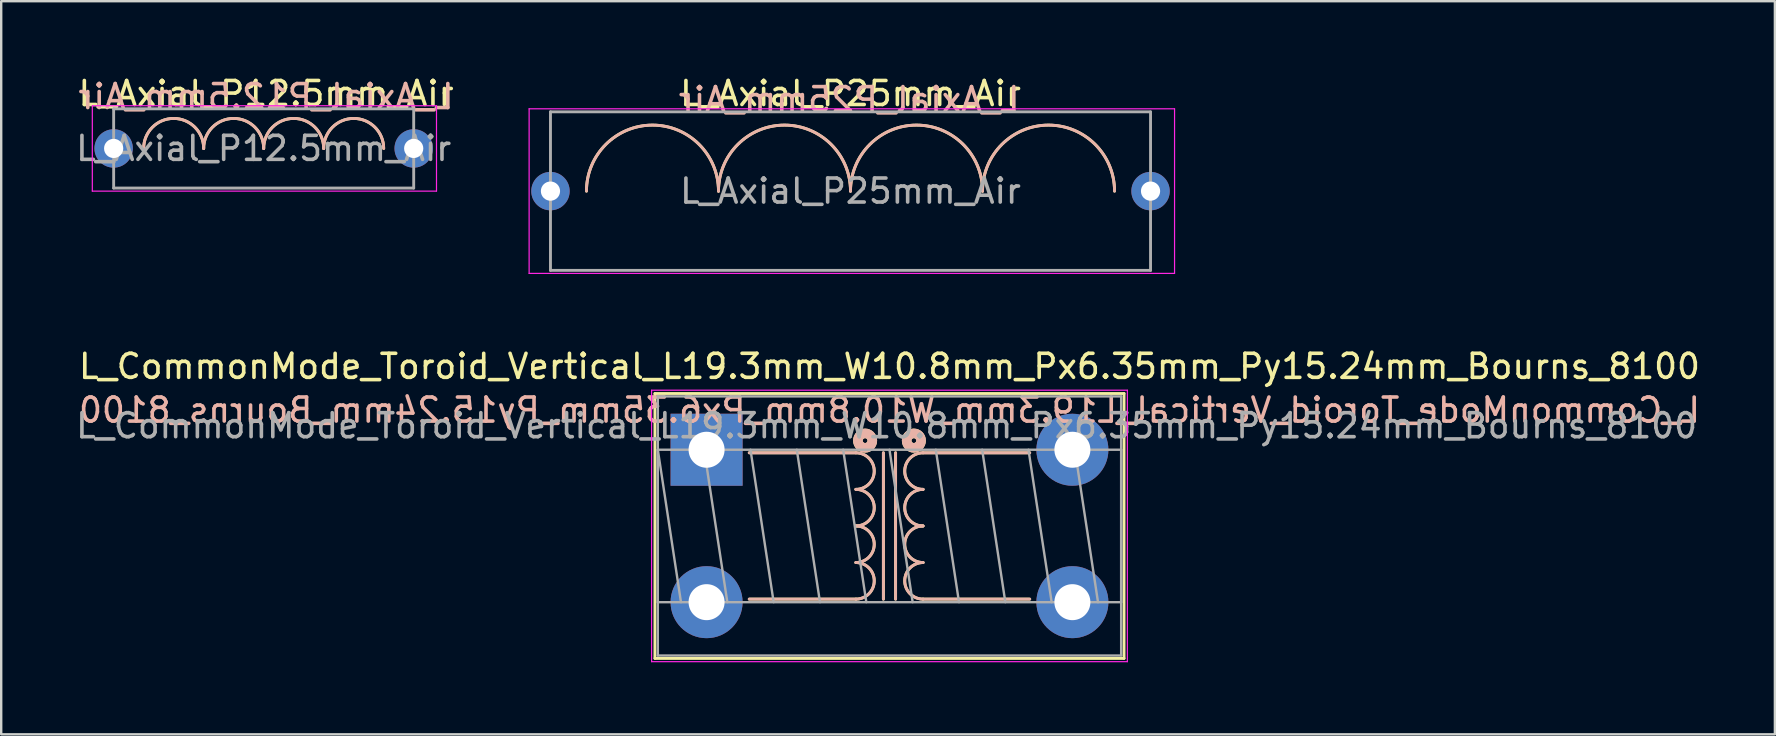
<source format=kicad_pcb>
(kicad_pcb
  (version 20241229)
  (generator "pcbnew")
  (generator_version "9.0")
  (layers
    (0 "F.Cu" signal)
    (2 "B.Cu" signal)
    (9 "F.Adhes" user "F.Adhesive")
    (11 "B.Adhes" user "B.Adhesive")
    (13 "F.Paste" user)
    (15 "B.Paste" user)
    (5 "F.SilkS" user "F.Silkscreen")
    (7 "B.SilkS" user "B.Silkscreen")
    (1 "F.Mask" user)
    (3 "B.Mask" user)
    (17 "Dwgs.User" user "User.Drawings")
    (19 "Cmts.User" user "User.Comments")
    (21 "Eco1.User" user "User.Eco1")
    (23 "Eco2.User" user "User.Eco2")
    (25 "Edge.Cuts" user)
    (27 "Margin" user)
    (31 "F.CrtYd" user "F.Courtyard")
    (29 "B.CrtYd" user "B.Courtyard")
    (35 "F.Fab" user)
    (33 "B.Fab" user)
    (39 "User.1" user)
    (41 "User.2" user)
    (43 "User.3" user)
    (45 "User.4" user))
  (footprint "L_Axial_P12.5mm_Air"
    (layer "F.Cu")
    (at 1.685 3.134)
    (property "Reference" "L_Axial_P12.5mm_Air" (at 6.35 -2.286 0) (layer "F.SilkS") (effects (font (size 1 1) (thickness 0.15))))
    (fp_arc (start 1.25 0) (mid 2.5 -1.25) (end 3.75 0) (stroke (width 0.12) (type solid)) (layer "F.SilkS"))
    (fp_arc (start 3.75 0) (mid 5 -1.25) (end 6.25 0) (stroke (width 0.12) (type solid)) (layer "F.SilkS"))
    (fp_arc (start 6.25 0) (mid 7.5 -1.25) (end 8.75 0) (stroke (width 0.12) (type solid)) (layer "F.SilkS"))
    (fp_arc (start 8.75 0) (mid 10 -1.25) (end 11.25 0) (stroke (width 0.12) (type solid)) (layer "F.SilkS"))
    (fp_arc (start 1.25 0) (mid 2.5 -1.25) (end 3.75 0) (stroke (width 0.12) (type solid)) (layer "B.SilkS"))
    (fp_arc (start 3.75 0) (mid 5 -1.25) (end 6.25 0) (stroke (width 0.12) (type solid)) (layer "B.SilkS"))
    (fp_arc (start 6.25 0) (mid 7.5 -1.25) (end 8.75 0) (stroke (width 0.12) (type solid)) (layer "B.SilkS"))
    (fp_arc (start 8.75 0) (mid 10 -1.25) (end 11.25 0) (stroke (width 0.12) (type solid)) (layer "B.SilkS"))
    (fp_line (start -0.889 -1.778) (end -0.889 1.778) (stroke (width 0.05) (type solid)) (layer "F.CrtYd"))
    (fp_line (start -0.889 1.778) (end 13.45 1.778) (stroke (width 0.05) (type solid)) (layer "F.CrtYd"))
    (fp_line (start 13.45 -1.778) (end -0.889 -1.778) (stroke (width 0.05) (type solid)) (layer "F.CrtYd"))
    (fp_line (start 13.45 1.778) (end 13.45 -1.778) (stroke (width 0.05) (type solid)) (layer "F.CrtYd"))
    (fp_line (start 0 -1.651) (end 0 1.651) (stroke (width 0.12) (type solid)) (layer "F.Fab"))
    (fp_line (start 0 1.651) (end 12.5 1.651) (stroke (width 0.12) (type solid)) (layer "F.Fab"))
    (fp_line (start 12.5 -1.651) (end 0 -1.651) (stroke (width 0.12) (type solid)) (layer "F.Fab"))
    (fp_line (start 12.5 1.651) (end 12.5 -1.651) (stroke (width 0.12) (type solid)) (layer "F.Fab"))
    (fp_text user "${REFERENCE}" (at 6.35 -2.159 0) (layer "B.SilkS") (effects (font (size 1 1) (thickness 0.15)) (justify mirror)))
    (fp_text user "${REFERENCE}" (at 6.25 0 0) (layer "F.Fab") (effects (font (size 1 1) (thickness 0.15))))
    (pad "1" thru_hole circle (at 0 0) (size 1.6 1.6) (drill 0.8) (layers "*.Cu" "*.Mask"))
    (pad "2" thru_hole oval (at 12.5 0) (size 1.6 1.6) (drill 0.8) (layers "*.Cu" "*.Mask")))
  (footprint "L_CommonMode_Toroid_Vertical_L19.3mm_W10.8mm_Px6.35mm_Py15.24mm_Bourns_8100"
    (layer "F.Cu")
    (at 26.387 15.687)
    (property "Reference" "L_CommonMode_Toroid_Vertical_L19.3mm_W10.8mm_Px6.35mm_Py15.24mm_Bourns_8100" (at 7.62 -3.473 0) (layer "F.SilkS") (effects (font (size 1 1) (thickness 0.15))))
    (fp_line (start -2.152 -2.343) (end -2.152 8.693) (stroke (width 0.12) (type solid)) (layer "F.SilkS"))
    (fp_line (start -2.152 -2.343) (end 17.392 -2.343) (stroke (width 0.12) (type solid)) (layer "F.SilkS"))
    (fp_line (start -2.152 8.693) (end 17.392 8.693) (stroke (width 0.12) (type solid)) (layer "F.SilkS"))
    (fp_line (start 6.223 0.127) (end 1.778 0.127) (stroke (width 0.12) (type solid)) (layer "F.SilkS"))
    (fp_line (start 6.223 6.223) (end 1.778 6.223) (stroke (width 0.12) (type solid)) (layer "F.SilkS"))
    (fp_line (start 7.366 6.223) (end 7.366 0.127) (stroke (width 0.12) (type solid)) (layer "F.SilkS"))
    (fp_line (start 7.874 0.127) (end 7.874 6.223) (stroke (width 0.12) (type solid)) (layer "F.SilkS"))
    (fp_line (start 9.017 0.127) (end 13.462 0.127) (stroke (width 0.12) (type solid)) (layer "F.SilkS"))
    (fp_line (start 9.017 6.223) (end 13.462 6.223) (stroke (width 0.12) (type solid)) (layer "F.SilkS"))
    (fp_line (start 17.392 -2.343) (end 17.392 8.693) (stroke (width 0.12) (type solid)) (layer "F.SilkS"))
    (fp_arc (start 6.223 0.127) (mid 6.985 0.889) (end 6.223 1.651) (stroke (width 0.12) (type solid)) (layer "F.SilkS"))
    (fp_arc (start 6.223 1.651) (mid 6.985 2.413) (end 6.223 3.175) (stroke (width 0.12) (type solid)) (layer "F.SilkS"))
    (fp_arc (start 6.223 3.175) (mid 6.985 3.937) (end 6.223 4.699) (stroke (width 0.12) (type solid)) (layer "F.SilkS"))
    (fp_arc (start 6.223 4.699) (mid 6.985 5.461) (end 6.223 6.223) (stroke (width 0.12) (type solid)) (layer "F.SilkS"))
    (fp_arc (start 9.017 1.651) (mid 8.255 0.889) (end 9.017 0.127) (stroke (width 0.12) (type solid)) (layer "F.SilkS"))
    (fp_arc (start 9.017 3.175) (mid 8.255 2.413) (end 9.017 1.651) (stroke (width 0.12) (type solid)) (layer "F.SilkS"))
    (fp_arc (start 9.017 4.699) (mid 8.255 3.937) (end 9.017 3.175) (stroke (width 0.12) (type solid)) (layer "F.SilkS"))
    (fp_arc (start 9.017 6.223) (mid 8.255 5.461) (end 9.017 4.699) (stroke (width 0.12) (type solid)) (layer "F.SilkS"))
    (fp_circle (center 6.604 -0.381) (end 6.704 -0.381) (stroke (width 0.4) (type solid)) (fill no) (layer "F.SilkS"))
    (fp_circle (center 8.636 -0.381) (end 8.736 -0.381) (stroke (width 0.4) (type solid)) (fill no) (layer "F.SilkS"))
    (fp_line (start 6.223 0.127) (end 1.778 0.127) (stroke (width 0.12) (type solid)) (layer "B.SilkS"))
    (fp_line (start 6.223 6.223) (end 1.778 6.223) (stroke (width 0.12) (type solid)) (layer "B.SilkS"))
    (fp_line (start 7.366 0.127) (end 7.366 6.223) (stroke (width 0.12) (type solid)) (layer "B.SilkS"))
    (fp_line (start 7.874 6.223) (end 7.874 0.127) (stroke (width 0.12) (type solid)) (layer "B.SilkS"))
    (fp_line (start 9.017 0.127) (end 13.462 0.127) (stroke (width 0.12) (type solid)) (layer "B.SilkS"))
    (fp_line (start 9.017 6.223) (end 13.462 6.223) (stroke (width 0.12) (type solid)) (layer "B.SilkS"))
    (fp_arc (start 6.223 0.127) (mid 6.985 0.889) (end 6.223 1.651) (stroke (width 0.12) (type solid)) (layer "B.SilkS"))
    (fp_arc (start 6.223 1.651) (mid 6.985 2.413) (end 6.223 3.175) (stroke (width 0.12) (type solid)) (layer "B.SilkS"))
    (fp_arc (start 6.223 3.175) (mid 6.985 3.937) (end 6.223 4.699) (stroke (width 0.12) (type solid)) (layer "B.SilkS"))
    (fp_arc (start 6.223 4.699) (mid 6.985 5.461) (end 6.223 6.223) (stroke (width 0.12) (type solid)) (layer "B.SilkS"))
    (fp_arc (start 9.017 1.651) (mid 8.255 0.889) (end 9.017 0.127) (stroke (width 0.12) (type solid)) (layer "B.SilkS"))
    (fp_arc (start 9.017 3.175) (mid 8.255 2.413) (end 9.017 1.651) (stroke (width 0.12) (type solid)) (layer "B.SilkS"))
    (fp_arc (start 9.017 4.699) (mid 8.255 3.937) (end 9.017 3.175) (stroke (width 0.12) (type solid)) (layer "B.SilkS"))
    (fp_arc (start 9.017 6.223) (mid 8.255 5.461) (end 9.017 4.699) (stroke (width 0.12) (type solid)) (layer "B.SilkS"))
    (fp_circle (center 6.604 -0.381) (end 6.504 -0.381) (stroke (width 0.4) (type solid)) (fill no) (layer "B.SilkS"))
    (fp_circle (center 8.636 -0.381) (end 8.536 -0.381) (stroke (width 0.4) (type solid)) (fill no) (layer "B.SilkS"))
    (fp_line (start -2.29 -2.48) (end -2.29 8.83) (stroke (width 0.05) (type solid)) (layer "F.CrtYd"))
    (fp_line (start -2.29 8.83) (end 17.53 8.83) (stroke (width 0.05) (type solid)) (layer "F.CrtYd"))
    (fp_line (start 17.53 -2.48) (end -2.29 -2.48) (stroke (width 0.05) (type solid)) (layer "F.CrtYd"))
    (fp_line (start 17.53 8.83) (end 17.53 -2.48) (stroke (width 0.05) (type solid)) (layer "F.CrtYd"))
    (fp_line (start -2.032 -2.223) (end -2.032 8.572) (stroke (width 0.1) (type solid)) (layer "F.Fab"))
    (fp_line (start -2.032 0) (end -2.032 6.35) (stroke (width 0.1) (type solid)) (layer "F.Fab"))
    (fp_line (start -2.032 0) (end -1.067 6.35) (stroke (width 0.1) (type solid)) (layer "F.Fab"))
    (fp_line (start -2.032 6.35) (end 17.272 6.35) (stroke (width 0.1) (type solid)) (layer "F.Fab"))
    (fp_line (start -2.032 8.572) (end 17.272 8.572) (stroke (width 0.1) (type solid)) (layer "F.Fab"))
    (fp_line (start -0.102 0) (end 0.864 6.35) (stroke (width 0.1) (type solid)) (layer "F.Fab"))
    (fp_line (start 1.829 0) (end 2.794 6.35) (stroke (width 0.1) (type solid)) (layer "F.Fab"))
    (fp_line (start 3.759 0) (end 4.724 6.35) (stroke (width 0.1) (type solid)) (layer "F.Fab"))
    (fp_line (start 5.69 0) (end 6.655 6.35) (stroke (width 0.1) (type solid)) (layer "F.Fab"))
    (fp_line (start 7.62 0) (end 8.585 6.35) (stroke (width 0.1) (type solid)) (layer "F.Fab"))
    (fp_line (start 9.55 0) (end 10.516 6.35) (stroke (width 0.1) (type solid)) (layer "F.Fab"))
    (fp_line (start 11.481 0) (end 12.446 6.35) (stroke (width 0.1) (type solid)) (layer "F.Fab"))
    (fp_line (start 13.411 0) (end 14.376 6.35) (stroke (width 0.1) (type solid)) (layer "F.Fab"))
    (fp_line (start 15.342 0) (end 16.307 6.35) (stroke (width 0.1) (type solid)) (layer "F.Fab"))
    (fp_line (start 17.272 -2.223) (end -2.032 -2.223) (stroke (width 0.1) (type solid)) (layer "F.Fab"))
    (fp_line (start 17.272 0) (end -2.032 0) (stroke (width 0.1) (type solid)) (layer "F.Fab"))
    (fp_line (start 17.272 6.35) (end 17.272 0) (stroke (width 0.1) (type solid)) (layer "F.Fab"))
    (fp_line (start 17.272 8.572) (end 17.272 -2.223) (stroke (width 0.1) (type solid)) (layer "F.Fab"))
    (fp_text user "${REFERENCE}" (at 7.62 -1.651 0) (layer "B.SilkS") (effects (font (size 1 1) (thickness 0.15)) (justify mirror)))
    (fp_text user "${REFERENCE}" (at 7.5 -1 0) (layer "F.Fab") (effects (font (size 1 1) (thickness 0.15))))
    (pad "1" thru_hole rect (at 0 0) (size 3 3) (drill 1.5) (layers "*.Cu" "*.Mask"))
    (pad "2" thru_hole circle (at 0 6.35) (size 3 3) (drill 1.5) (layers "*.Cu" "*.Mask"))
    (pad "3" thru_hole circle (at 15.24 6.35) (size 3 3) (drill 1.5) (layers "*.Cu" "*.Mask"))
    (pad "4" thru_hole circle (at 15.24 0) (size 3 3) (drill 1.5) (layers "*.Cu" "*.Mask")))
  (footprint "L_Axial_P25mm_Air"
    (layer "F.Cu")
    (at 19.883 4.912)
    (property "Reference" "L_Axial_P25mm_Air" (at 12.5 -4.064 0) (layer "F.SilkS") (effects (font (size 1 1) (thickness 0.15))))
    (fp_arc (start 1.5 0) (mid 4.25 -2.75) (end 7 0) (stroke (width 0.12) (type solid)) (layer "F.SilkS"))
    (fp_arc (start 7 0) (mid 9.75 -2.75) (end 12.5 0) (stroke (width 0.12) (type solid)) (layer "F.SilkS"))
    (fp_arc (start 12.5 0) (mid 15.25 -2.75) (end 18 0) (stroke (width 0.12) (type solid)) (layer "F.SilkS"))
    (fp_arc (start 18 0) (mid 20.75 -2.75) (end 23.5 0) (stroke (width 0.12) (type solid)) (layer "F.SilkS"))
    (fp_arc (start 1.5 0) (mid 4.25 -2.75) (end 7 0) (stroke (width 0.12) (type solid)) (layer "B.SilkS"))
    (fp_arc (start 7 0) (mid 9.75 -2.75) (end 12.5 0) (stroke (width 0.12) (type solid)) (layer "B.SilkS"))
    (fp_arc (start 12.5 0) (mid 15.25 -2.75) (end 18 0) (stroke (width 0.12) (type solid)) (layer "B.SilkS"))
    (fp_arc (start 18 0) (mid 20.75 -2.75) (end 23.5 0) (stroke (width 0.12) (type solid)) (layer "B.SilkS"))
    (fp_line (start -0.889 -3.429) (end -0.889 3.429) (stroke (width 0.05) (type solid)) (layer "F.CrtYd"))
    (fp_line (start -0.889 3.429) (end 26 3.429) (stroke (width 0.05) (type solid)) (layer "F.CrtYd"))
    (fp_line (start 26 -3.429) (end -0.889 -3.429) (stroke (width 0.05) (type solid)) (layer "F.CrtYd"))
    (fp_line (start 26 3.429) (end 26 -3.429) (stroke (width 0.05) (type solid)) (layer "F.CrtYd"))
    (fp_line (start 0 -3.302) (end 25 -3.302) (stroke (width 0.12) (type solid)) (layer "F.Fab"))
    (fp_line (start 0 0) (end 0 -3.302) (stroke (width 0.12) (type solid)) (layer "F.Fab"))
    (fp_line (start 0 3.302) (end 0 0) (stroke (width 0.12) (type solid)) (layer "F.Fab"))
    (fp_line (start 0 3.302) (end 25 3.302) (stroke (width 0.12) (type solid)) (layer "F.Fab"))
    (fp_line (start 25 -3.302) (end 25 0) (stroke (width 0.12) (type solid)) (layer "F.Fab"))
    (fp_line (start 25 3.302) (end 25 0) (stroke (width 0.12) (type solid)) (layer "F.Fab"))
    (fp_text user "${REFERENCE}" (at 12.446 -3.81 0) (layer "B.SilkS") (effects (font (size 1 1) (thickness 0.15)) (justify mirror)))
    (fp_text user "${REFERENCE}" (at 12.5 0 0) (layer "F.Fab") (effects (font (size 1 1) (thickness 0.15))))
    (pad "1" thru_hole circle (at 0 0) (size 1.6 1.6) (drill 0.8) (layers "*.Cu" "*.Mask"))
    (pad "2" thru_hole oval (at 25 0) (size 1.6 1.6) (drill 0.8) (layers "*.Cu" "*.Mask")))
  (gr_rect
    (start -3 -3)
    (end 70.894 27.542)
    (stroke (width 0.1) (type default))
    (fill no)
    (layer "Edge.Cuts")))
</source>
